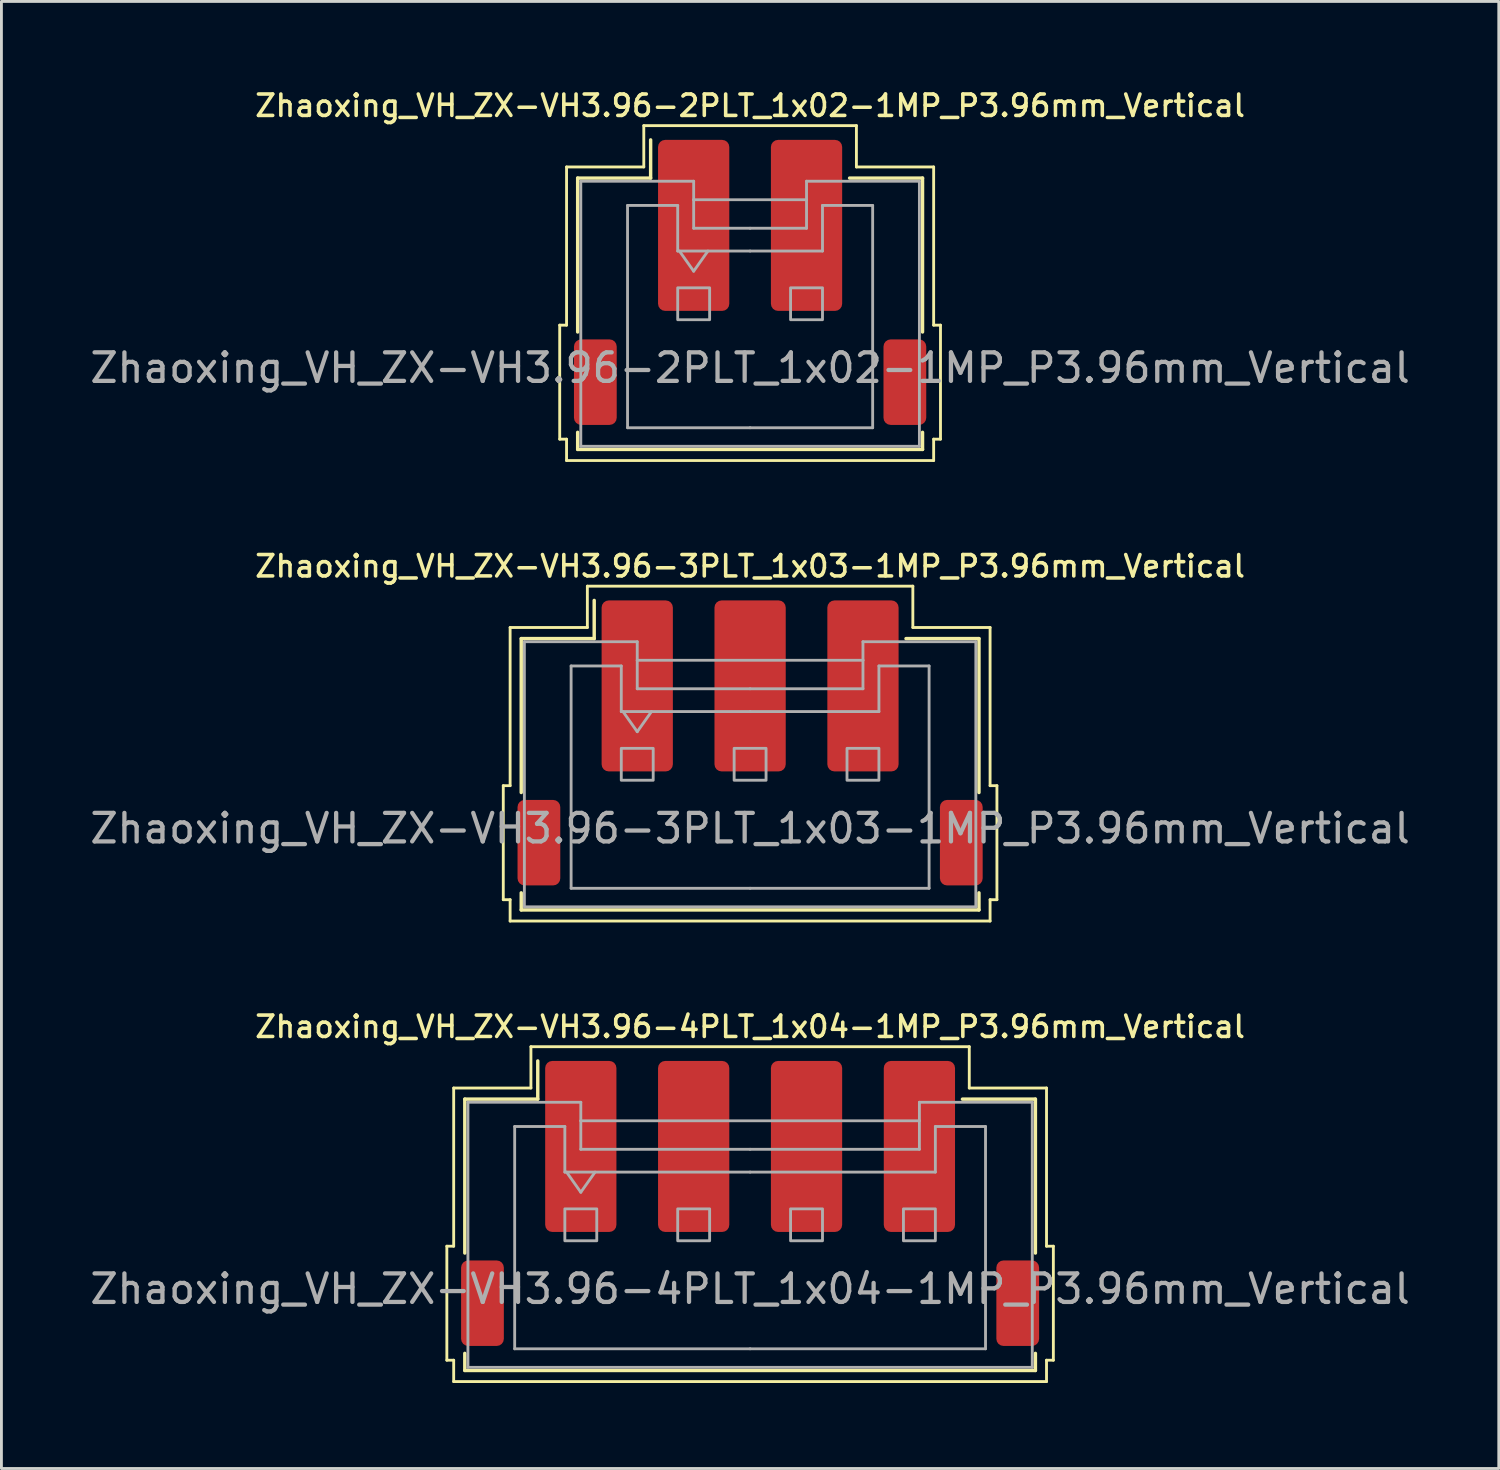
<source format=kicad_pcb>
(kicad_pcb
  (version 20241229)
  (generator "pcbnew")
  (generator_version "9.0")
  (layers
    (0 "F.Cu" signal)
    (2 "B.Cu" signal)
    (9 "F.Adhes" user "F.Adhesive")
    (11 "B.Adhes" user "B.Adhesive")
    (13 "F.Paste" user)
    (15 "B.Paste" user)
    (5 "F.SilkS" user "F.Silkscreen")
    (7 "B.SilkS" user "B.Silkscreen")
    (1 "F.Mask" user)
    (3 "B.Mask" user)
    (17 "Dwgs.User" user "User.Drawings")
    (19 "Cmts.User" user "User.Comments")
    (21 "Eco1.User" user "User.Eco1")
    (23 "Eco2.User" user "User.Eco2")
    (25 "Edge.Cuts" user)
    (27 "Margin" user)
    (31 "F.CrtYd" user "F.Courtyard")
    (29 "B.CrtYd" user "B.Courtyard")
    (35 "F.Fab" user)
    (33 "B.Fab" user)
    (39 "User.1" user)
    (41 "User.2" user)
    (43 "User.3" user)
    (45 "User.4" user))
  (footprint "Zhaoxing_VH_ZX-VH3.96-4PLT_1x04-1MP_P3.96mm_Vertical"
    (layer "F.Cu")
    (at 23.268 39.174)
    (property "Reference" "Zhaoxing_VH_ZX-VH3.96-4PLT_1x04-1MP_P3.96mm_Vertical" (at 0 -6.2 0) (layer "F.SilkS") (effects (font (size 0.75 0.75) (thickness 0.125))))
    (attr smd)
    (fp_line (start -10.64 1.5) (end -10.4 1.5) (stroke (width 0.1) (type solid)) (layer "F.SilkS"))
    (fp_line (start -10.64 5.5) (end -10.64 1.5) (stroke (width 0.1) (type solid)) (layer "F.SilkS"))
    (fp_line (start -10.4 -4.05) (end -7.69 -4.05) (stroke (width 0.1) (type solid)) (layer "F.SilkS"))
    (fp_line (start -10.4 1.5) (end -10.4 -4.05) (stroke (width 0.1) (type solid)) (layer "F.SilkS"))
    (fp_line (start -10.4 5.5) (end -10.64 5.5) (stroke (width 0.1) (type solid)) (layer "F.SilkS"))
    (fp_line (start -10.4 6.25) (end -10.4 5.5) (stroke (width 0.1) (type solid)) (layer "F.SilkS"))
    (fp_line (start -10.01 -3.66) (end -7.45 -3.66) (stroke (width 0.12) (type solid)) (layer "F.SilkS"))
    (fp_line (start -10.01 1.74) (end -10.01 -3.66) (stroke (width 0.12) (type solid)) (layer "F.SilkS"))
    (fp_line (start -10.01 5.26) (end -10.01 5.86) (stroke (width 0.12) (type solid)) (layer "F.SilkS"))
    (fp_line (start -10.01 5.86) (end 10.01 5.86) (stroke (width 0.12) (type solid)) (layer "F.SilkS"))
    (fp_line (start -7.69 -5.5) (end 7.69 -5.5) (stroke (width 0.1) (type solid)) (layer "F.SilkS"))
    (fp_line (start -7.69 -4.05) (end -7.69 -5.5) (stroke (width 0.1) (type solid)) (layer "F.SilkS"))
    (fp_line (start -7.45 -3.66) (end -7.45 -5) (stroke (width 0.12) (type solid)) (layer "F.SilkS"))
    (fp_line (start 7.69 -5.5) (end 7.69 -4.05) (stroke (width 0.1) (type solid)) (layer "F.SilkS"))
    (fp_line (start 7.69 -4.05) (end 10.4 -4.05) (stroke (width 0.1) (type solid)) (layer "F.SilkS"))
    (fp_line (start 10.01 -3.66) (end 7.45 -3.66) (stroke (width 0.12) (type solid)) (layer "F.SilkS"))
    (fp_line (start 10.01 1.74) (end 10.01 -3.66) (stroke (width 0.12) (type solid)) (layer "F.SilkS"))
    (fp_line (start 10.01 5.86) (end 10.01 5.26) (stroke (width 0.12) (type solid)) (layer "F.SilkS"))
    (fp_line (start 10.4 -4.05) (end 10.4 1.5) (stroke (width 0.1) (type solid)) (layer "F.SilkS"))
    (fp_line (start 10.4 1.5) (end 10.64 1.5) (stroke (width 0.1) (type solid)) (layer "F.SilkS"))
    (fp_line (start 10.4 5.5) (end 10.4 6.25) (stroke (width 0.1) (type solid)) (layer "F.SilkS"))
    (fp_line (start 10.4 6.25) (end -10.4 6.25) (stroke (width 0.1) (type solid)) (layer "F.SilkS"))
    (fp_line (start 10.64 1.5) (end 10.64 5.5) (stroke (width 0.1) (type solid)) (layer "F.SilkS"))
    (fp_line (start 10.64 5.5) (end 10.4 5.5) (stroke (width 0.1) (type solid)) (layer "F.SilkS"))
    (fp_line (start -9.9 -3.55) (end -9.9 5.75) (stroke (width 0.1) (type solid)) (layer "F.Fab"))
    (fp_line (start -9.9 -3.55) (end -5.94 -3.55) (stroke (width 0.1) (type solid)) (layer "F.Fab"))
    (fp_line (start -9.9 5.75) (end 9.9 5.75) (stroke (width 0.1) (type solid)) (layer "F.Fab"))
    (fp_line (start -8.26 -2.7) (end -8.26 5.1) (stroke (width 0.1) (type solid)) (layer "F.Fab"))
    (fp_line (start -8.26 5.1) (end 0 5.1) (stroke (width 0.1) (type solid)) (layer "F.Fab"))
    (fp_line (start -6.5 -2.7) (end -8.26 -2.7) (stroke (width 0.1) (type solid)) (layer "F.Fab"))
    (fp_line (start -6.5 -1.1) (end -6.5 -2.7) (stroke (width 0.1) (type solid)) (layer "F.Fab"))
    (fp_line (start -6.44 -1.1) (end -5.94 -0.393) (stroke (width 0.1) (type solid)) (layer "F.Fab"))
    (fp_line (start -5.94 -3.55) (end -5.94 -2.9) (stroke (width 0.1) (type solid)) (layer "F.Fab"))
    (fp_line (start -5.94 -2.9) (end 5.94 -2.9) (stroke (width 0.1) (type solid)) (layer "F.Fab"))
    (fp_line (start -5.94 -1.9) (end -5.94 -2.9) (stroke (width 0.1) (type solid)) (layer "F.Fab"))
    (fp_line (start -5.94 -0.393) (end -5.44 -1.1) (stroke (width 0.1) (type solid)) (layer "F.Fab"))
    (fp_line (start 0 -1.9) (end -5.94 -1.9) (stroke (width 0.1) (type solid)) (layer "F.Fab"))
    (fp_line (start 0 -1.9) (end 5.94 -1.9) (stroke (width 0.1) (type solid)) (layer "F.Fab"))
    (fp_line (start 0 -1.1) (end -6.5 -1.1) (stroke (width 0.1) (type solid)) (layer "F.Fab"))
    (fp_line (start 0 -1.1) (end 6.5 -1.1) (stroke (width 0.1) (type solid)) (layer "F.Fab"))
    (fp_line (start 5.94 -3.55) (end 9.9 -3.55) (stroke (width 0.1) (type solid)) (layer "F.Fab"))
    (fp_line (start 5.94 -2.9) (end 5.94 -3.55) (stroke (width 0.1) (type solid)) (layer "F.Fab"))
    (fp_line (start 5.94 -1.9) (end 5.94 -2.9) (stroke (width 0.1) (type solid)) (layer "F.Fab"))
    (fp_line (start 6.5 -2.7) (end 8.26 -2.7) (stroke (width 0.1) (type solid)) (layer "F.Fab"))
    (fp_line (start 6.5 -1.1) (end 6.5 -2.7) (stroke (width 0.1) (type solid)) (layer "F.Fab"))
    (fp_line (start 8.26 -2.7) (end 8.26 5.1) (stroke (width 0.1) (type solid)) (layer "F.Fab"))
    (fp_line (start 8.26 5.1) (end 0 5.1) (stroke (width 0.1) (type solid)) (layer "F.Fab"))
    (fp_line (start 9.9 -3.55) (end 9.9 5.75) (stroke (width 0.1) (type solid)) (layer "F.Fab"))
    (fp_rect (start -6.5 0.19) (end -5.38 1.31) (stroke (width 0.1) (type solid)) (fill no) (layer "F.Fab"))
    (fp_rect (start -2.54 0.19) (end -1.42 1.31) (stroke (width 0.1) (type solid)) (fill no) (layer "F.Fab"))
    (fp_rect (start 1.42 0.19) (end 2.54 1.31) (stroke (width 0.1) (type solid)) (fill no) (layer "F.Fab"))
    (fp_rect (start 5.38 0.19) (end 6.5 1.31) (stroke (width 0.1) (type solid)) (fill no) (layer "F.Fab"))
    (fp_text user "${REFERENCE}" (at 0 3 0) (layer "F.Fab") (effects (font (size 1 1) (thickness 0.15))))
    (pad "1" smd roundrect (at -5.94 -2) (size 2.5 6) (layers "F.Cu" "F.Mask" "F.Paste") (roundrect_rratio 0.1))
    (pad "2" smd roundrect (at -1.98 -2) (size 2.5 6) (layers "F.Cu" "F.Mask" "F.Paste") (roundrect_rratio 0.1))
    (pad "3" smd roundrect (at 1.98 -2) (size 2.5 6) (layers "F.Cu" "F.Mask" "F.Paste") (roundrect_rratio 0.1))
    (pad "4" smd roundrect (at 5.94 -2) (size 2.5 6) (layers "F.Cu" "F.Mask" "F.Paste") (roundrect_rratio 0.1))
    (pad "MP" smd roundrect (at -9.39 3.5) (size 1.5 3) (layers "F.Cu" "F.Mask" "F.Paste") (roundrect_rratio 0.167))
    (pad "MP" smd roundrect (at 9.39 3.5) (size 1.5 3) (layers "F.Cu" "F.Mask" "F.Paste") (roundrect_rratio 0.167)))
  (footprint "Zhaoxing_VH_ZX-VH3.96-3PLT_1x03-1MP_P3.96mm_Vertical"
    (layer "F.Cu")
    (at 23.268 23.016)
    (property "Reference" "Zhaoxing_VH_ZX-VH3.96-3PLT_1x03-1MP_P3.96mm_Vertical" (at 0 -6.2 0) (layer "F.SilkS") (effects (font (size 0.75 0.75) (thickness 0.125))))
    (attr smd)
    (fp_line (start -8.66 1.5) (end -8.42 1.5) (stroke (width 0.1) (type solid)) (layer "F.SilkS"))
    (fp_line (start -8.66 5.5) (end -8.66 1.5) (stroke (width 0.1) (type solid)) (layer "F.SilkS"))
    (fp_line (start -8.42 -4.05) (end -5.71 -4.05) (stroke (width 0.1) (type solid)) (layer "F.SilkS"))
    (fp_line (start -8.42 1.5) (end -8.42 -4.05) (stroke (width 0.1) (type solid)) (layer "F.SilkS"))
    (fp_line (start -8.42 5.5) (end -8.66 5.5) (stroke (width 0.1) (type solid)) (layer "F.SilkS"))
    (fp_line (start -8.42 6.25) (end -8.42 5.5) (stroke (width 0.1) (type solid)) (layer "F.SilkS"))
    (fp_line (start -8.03 -3.66) (end -5.47 -3.66) (stroke (width 0.12) (type solid)) (layer "F.SilkS"))
    (fp_line (start -8.03 1.74) (end -8.03 -3.66) (stroke (width 0.12) (type solid)) (layer "F.SilkS"))
    (fp_line (start -8.03 5.26) (end -8.03 5.86) (stroke (width 0.12) (type solid)) (layer "F.SilkS"))
    (fp_line (start -8.03 5.86) (end 8.03 5.86) (stroke (width 0.12) (type solid)) (layer "F.SilkS"))
    (fp_line (start -5.71 -5.5) (end 5.71 -5.5) (stroke (width 0.1) (type solid)) (layer "F.SilkS"))
    (fp_line (start -5.71 -4.05) (end -5.71 -5.5) (stroke (width 0.1) (type solid)) (layer "F.SilkS"))
    (fp_line (start -5.47 -3.66) (end -5.47 -5) (stroke (width 0.12) (type solid)) (layer "F.SilkS"))
    (fp_line (start 5.71 -5.5) (end 5.71 -4.05) (stroke (width 0.1) (type solid)) (layer "F.SilkS"))
    (fp_line (start 5.71 -4.05) (end 8.42 -4.05) (stroke (width 0.1) (type solid)) (layer "F.SilkS"))
    (fp_line (start 8.03 -3.66) (end 5.47 -3.66) (stroke (width 0.12) (type solid)) (layer "F.SilkS"))
    (fp_line (start 8.03 1.74) (end 8.03 -3.66) (stroke (width 0.12) (type solid)) (layer "F.SilkS"))
    (fp_line (start 8.03 5.86) (end 8.03 5.26) (stroke (width 0.12) (type solid)) (layer "F.SilkS"))
    (fp_line (start 8.42 -4.05) (end 8.42 1.5) (stroke (width 0.1) (type solid)) (layer "F.SilkS"))
    (fp_line (start 8.42 1.5) (end 8.66 1.5) (stroke (width 0.1) (type solid)) (layer "F.SilkS"))
    (fp_line (start 8.42 5.5) (end 8.42 6.25) (stroke (width 0.1) (type solid)) (layer "F.SilkS"))
    (fp_line (start 8.42 6.25) (end -8.42 6.25) (stroke (width 0.1) (type solid)) (layer "F.SilkS"))
    (fp_line (start 8.66 1.5) (end 8.66 5.5) (stroke (width 0.1) (type solid)) (layer "F.SilkS"))
    (fp_line (start 8.66 5.5) (end 8.42 5.5) (stroke (width 0.1) (type solid)) (layer "F.SilkS"))
    (fp_line (start -7.92 -3.55) (end -7.92 5.75) (stroke (width 0.1) (type solid)) (layer "F.Fab"))
    (fp_line (start -7.92 -3.55) (end -3.96 -3.55) (stroke (width 0.1) (type solid)) (layer "F.Fab"))
    (fp_line (start -7.92 5.75) (end 7.92 5.75) (stroke (width 0.1) (type solid)) (layer "F.Fab"))
    (fp_line (start -6.28 -2.7) (end -6.28 5.1) (stroke (width 0.1) (type solid)) (layer "F.Fab"))
    (fp_line (start -6.28 5.1) (end 0 5.1) (stroke (width 0.1) (type solid)) (layer "F.Fab"))
    (fp_line (start -4.52 -2.7) (end -6.28 -2.7) (stroke (width 0.1) (type solid)) (layer "F.Fab"))
    (fp_line (start -4.52 -1.1) (end -4.52 -2.7) (stroke (width 0.1) (type solid)) (layer "F.Fab"))
    (fp_line (start -4.46 -1.1) (end -3.96 -0.393) (stroke (width 0.1) (type solid)) (layer "F.Fab"))
    (fp_line (start -3.96 -3.55) (end -3.96 -2.9) (stroke (width 0.1) (type solid)) (layer "F.Fab"))
    (fp_line (start -3.96 -2.9) (end 3.96 -2.9) (stroke (width 0.1) (type solid)) (layer "F.Fab"))
    (fp_line (start -3.96 -1.9) (end -3.96 -2.9) (stroke (width 0.1) (type solid)) (layer "F.Fab"))
    (fp_line (start -3.96 -0.393) (end -3.46 -1.1) (stroke (width 0.1) (type solid)) (layer "F.Fab"))
    (fp_line (start 0 -1.9) (end -3.96 -1.9) (stroke (width 0.1) (type solid)) (layer "F.Fab"))
    (fp_line (start 0 -1.9) (end 3.96 -1.9) (stroke (width 0.1) (type solid)) (layer "F.Fab"))
    (fp_line (start 0 -1.1) (end -4.52 -1.1) (stroke (width 0.1) (type solid)) (layer "F.Fab"))
    (fp_line (start 0 -1.1) (end 4.52 -1.1) (stroke (width 0.1) (type solid)) (layer "F.Fab"))
    (fp_line (start 3.96 -3.55) (end 7.92 -3.55) (stroke (width 0.1) (type solid)) (layer "F.Fab"))
    (fp_line (start 3.96 -2.9) (end 3.96 -3.55) (stroke (width 0.1) (type solid)) (layer "F.Fab"))
    (fp_line (start 3.96 -1.9) (end 3.96 -2.9) (stroke (width 0.1) (type solid)) (layer "F.Fab"))
    (fp_line (start 4.52 -2.7) (end 6.28 -2.7) (stroke (width 0.1) (type solid)) (layer "F.Fab"))
    (fp_line (start 4.52 -1.1) (end 4.52 -2.7) (stroke (width 0.1) (type solid)) (layer "F.Fab"))
    (fp_line (start 6.28 -2.7) (end 6.28 5.1) (stroke (width 0.1) (type solid)) (layer "F.Fab"))
    (fp_line (start 6.28 5.1) (end 0 5.1) (stroke (width 0.1) (type solid)) (layer "F.Fab"))
    (fp_line (start 7.92 -3.55) (end 7.92 5.75) (stroke (width 0.1) (type solid)) (layer "F.Fab"))
    (fp_rect (start -4.52 0.19) (end -3.4 1.31) (stroke (width 0.1) (type solid)) (fill no) (layer "F.Fab"))
    (fp_rect (start -0.56 0.19) (end 0.56 1.31) (stroke (width 0.1) (type solid)) (fill no) (layer "F.Fab"))
    (fp_rect (start 3.4 0.19) (end 4.52 1.31) (stroke (width 0.1) (type solid)) (fill no) (layer "F.Fab"))
    (fp_text user "${REFERENCE}" (at 0 3 0) (layer "F.Fab") (effects (font (size 1 1) (thickness 0.15))))
    (pad "1" smd roundrect (at -3.96 -2) (size 2.5 6) (layers "F.Cu" "F.Mask" "F.Paste") (roundrect_rratio 0.1))
    (pad "2" smd roundrect (at 0 -2) (size 2.5 6) (layers "F.Cu" "F.Mask" "F.Paste") (roundrect_rratio 0.1))
    (pad "3" smd roundrect (at 3.96 -2) (size 2.5 6) (layers "F.Cu" "F.Mask" "F.Paste") (roundrect_rratio 0.1))
    (pad "MP" smd roundrect (at -7.41 3.5) (size 1.5 3) (layers "F.Cu" "F.Mask" "F.Paste") (roundrect_rratio 0.167))
    (pad "MP" smd roundrect (at 7.41 3.5) (size 1.5 3) (layers "F.Cu" "F.Mask" "F.Paste") (roundrect_rratio 0.167)))
  (footprint "Zhaoxing_VH_ZX-VH3.96-2PLT_1x02-1MP_P3.96mm_Vertical"
    (layer "F.Cu")
    (at 23.268 6.858)
    (property "Reference" "Zhaoxing_VH_ZX-VH3.96-2PLT_1x02-1MP_P3.96mm_Vertical" (at 0 -6.2 0) (layer "F.SilkS") (effects (font (size 0.75 0.75) (thickness 0.125))))
    (attr smd)
    (fp_line (start -6.68 1.5) (end -6.44 1.5) (stroke (width 0.1) (type solid)) (layer "F.SilkS"))
    (fp_line (start -6.68 5.5) (end -6.68 1.5) (stroke (width 0.1) (type solid)) (layer "F.SilkS"))
    (fp_line (start -6.44 -4.05) (end -3.73 -4.05) (stroke (width 0.1) (type solid)) (layer "F.SilkS"))
    (fp_line (start -6.44 1.5) (end -6.44 -4.05) (stroke (width 0.1) (type solid)) (layer "F.SilkS"))
    (fp_line (start -6.44 5.5) (end -6.68 5.5) (stroke (width 0.1) (type solid)) (layer "F.SilkS"))
    (fp_line (start -6.44 6.25) (end -6.44 5.5) (stroke (width 0.1) (type solid)) (layer "F.SilkS"))
    (fp_line (start -6.05 -3.66) (end -3.49 -3.66) (stroke (width 0.12) (type solid)) (layer "F.SilkS"))
    (fp_line (start -6.05 1.74) (end -6.05 -3.66) (stroke (width 0.12) (type solid)) (layer "F.SilkS"))
    (fp_line (start -6.05 5.26) (end -6.05 5.86) (stroke (width 0.12) (type solid)) (layer "F.SilkS"))
    (fp_line (start -6.05 5.86) (end 6.05 5.86) (stroke (width 0.12) (type solid)) (layer "F.SilkS"))
    (fp_line (start -3.73 -5.5) (end 3.73 -5.5) (stroke (width 0.1) (type solid)) (layer "F.SilkS"))
    (fp_line (start -3.73 -4.05) (end -3.73 -5.5) (stroke (width 0.1) (type solid)) (layer "F.SilkS"))
    (fp_line (start -3.49 -3.66) (end -3.49 -5) (stroke (width 0.12) (type solid)) (layer "F.SilkS"))
    (fp_line (start 3.73 -5.5) (end 3.73 -4.05) (stroke (width 0.1) (type solid)) (layer "F.SilkS"))
    (fp_line (start 3.73 -4.05) (end 6.44 -4.05) (stroke (width 0.1) (type solid)) (layer "F.SilkS"))
    (fp_line (start 6.05 -3.66) (end 3.49 -3.66) (stroke (width 0.12) (type solid)) (layer "F.SilkS"))
    (fp_line (start 6.05 1.74) (end 6.05 -3.66) (stroke (width 0.12) (type solid)) (layer "F.SilkS"))
    (fp_line (start 6.05 5.86) (end 6.05 5.26) (stroke (width 0.12) (type solid)) (layer "F.SilkS"))
    (fp_line (start 6.44 -4.05) (end 6.44 1.5) (stroke (width 0.1) (type solid)) (layer "F.SilkS"))
    (fp_line (start 6.44 1.5) (end 6.68 1.5) (stroke (width 0.1) (type solid)) (layer "F.SilkS"))
    (fp_line (start 6.44 5.5) (end 6.44 6.25) (stroke (width 0.1) (type solid)) (layer "F.SilkS"))
    (fp_line (start 6.44 6.25) (end -6.44 6.25) (stroke (width 0.1) (type solid)) (layer "F.SilkS"))
    (fp_line (start 6.68 1.5) (end 6.68 5.5) (stroke (width 0.1) (type solid)) (layer "F.SilkS"))
    (fp_line (start 6.68 5.5) (end 6.44 5.5) (stroke (width 0.1) (type solid)) (layer "F.SilkS"))
    (fp_line (start -5.94 -3.55) (end -5.94 5.75) (stroke (width 0.1) (type solid)) (layer "F.Fab"))
    (fp_line (start -5.94 -3.55) (end -1.98 -3.55) (stroke (width 0.1) (type solid)) (layer "F.Fab"))
    (fp_line (start -5.94 5.75) (end 5.94 5.75) (stroke (width 0.1) (type solid)) (layer "F.Fab"))
    (fp_line (start -4.3 -2.7) (end -4.3 5.1) (stroke (width 0.1) (type solid)) (layer "F.Fab"))
    (fp_line (start -4.3 5.1) (end 0 5.1) (stroke (width 0.1) (type solid)) (layer "F.Fab"))
    (fp_line (start -2.54 -2.7) (end -4.3 -2.7) (stroke (width 0.1) (type solid)) (layer "F.Fab"))
    (fp_line (start -2.54 -1.1) (end -2.54 -2.7) (stroke (width 0.1) (type solid)) (layer "F.Fab"))
    (fp_line (start -2.48 -1.1) (end -1.98 -0.393) (stroke (width 0.1) (type solid)) (layer "F.Fab"))
    (fp_line (start -1.98 -3.55) (end -1.98 -2.9) (stroke (width 0.1) (type solid)) (layer "F.Fab"))
    (fp_line (start -1.98 -2.9) (end 1.98 -2.9) (stroke (width 0.1) (type solid)) (layer "F.Fab"))
    (fp_line (start -1.98 -1.9) (end -1.98 -2.9) (stroke (width 0.1) (type solid)) (layer "F.Fab"))
    (fp_line (start -1.98 -0.393) (end -1.48 -1.1) (stroke (width 0.1) (type solid)) (layer "F.Fab"))
    (fp_line (start 0 -1.9) (end -1.98 -1.9) (stroke (width 0.1) (type solid)) (layer "F.Fab"))
    (fp_line (start 0 -1.9) (end 1.98 -1.9) (stroke (width 0.1) (type solid)) (layer "F.Fab"))
    (fp_line (start 0 -1.1) (end -2.54 -1.1) (stroke (width 0.1) (type solid)) (layer "F.Fab"))
    (fp_line (start 0 -1.1) (end 2.54 -1.1) (stroke (width 0.1) (type solid)) (layer "F.Fab"))
    (fp_line (start 1.98 -3.55) (end 5.94 -3.55) (stroke (width 0.1) (type solid)) (layer "F.Fab"))
    (fp_line (start 1.98 -2.9) (end 1.98 -3.55) (stroke (width 0.1) (type solid)) (layer "F.Fab"))
    (fp_line (start 1.98 -1.9) (end 1.98 -2.9) (stroke (width 0.1) (type solid)) (layer "F.Fab"))
    (fp_line (start 2.54 -2.7) (end 4.3 -2.7) (stroke (width 0.1) (type solid)) (layer "F.Fab"))
    (fp_line (start 2.54 -1.1) (end 2.54 -2.7) (stroke (width 0.1) (type solid)) (layer "F.Fab"))
    (fp_line (start 4.3 -2.7) (end 4.3 5.1) (stroke (width 0.1) (type solid)) (layer "F.Fab"))
    (fp_line (start 4.3 5.1) (end 0 5.1) (stroke (width 0.1) (type solid)) (layer "F.Fab"))
    (fp_line (start 5.94 -3.55) (end 5.94 5.75) (stroke (width 0.1) (type solid)) (layer "F.Fab"))
    (fp_rect (start -2.54 0.19) (end -1.42 1.31) (stroke (width 0.1) (type solid)) (fill no) (layer "F.Fab"))
    (fp_rect (start 1.42 0.19) (end 2.54 1.31) (stroke (width 0.1) (type solid)) (fill no) (layer "F.Fab"))
    (fp_text user "${REFERENCE}" (at 0 3 0) (layer "F.Fab") (effects (font (size 1 1) (thickness 0.15))))
    (pad "1" smd roundrect (at -1.98 -2) (size 2.5 6) (layers "F.Cu" "F.Mask" "F.Paste") (roundrect_rratio 0.1))
    (pad "2" smd roundrect (at 1.98 -2) (size 2.5 6) (layers "F.Cu" "F.Mask" "F.Paste") (roundrect_rratio 0.1))
    (pad "MP" smd roundrect (at -5.43 3.5) (size 1.5 3) (layers "F.Cu" "F.Mask" "F.Paste") (roundrect_rratio 0.167))
    (pad "MP" smd roundrect (at 5.43 3.5) (size 1.5 3) (layers "F.Cu" "F.Mask" "F.Paste") (roundrect_rratio 0.167)))
  (gr_rect
    (start -3 -3)
    (end 49.536 48.474)
    (stroke (width 0.1) (type default))
    (fill no)
    (layer "Edge.Cuts")))
</source>
